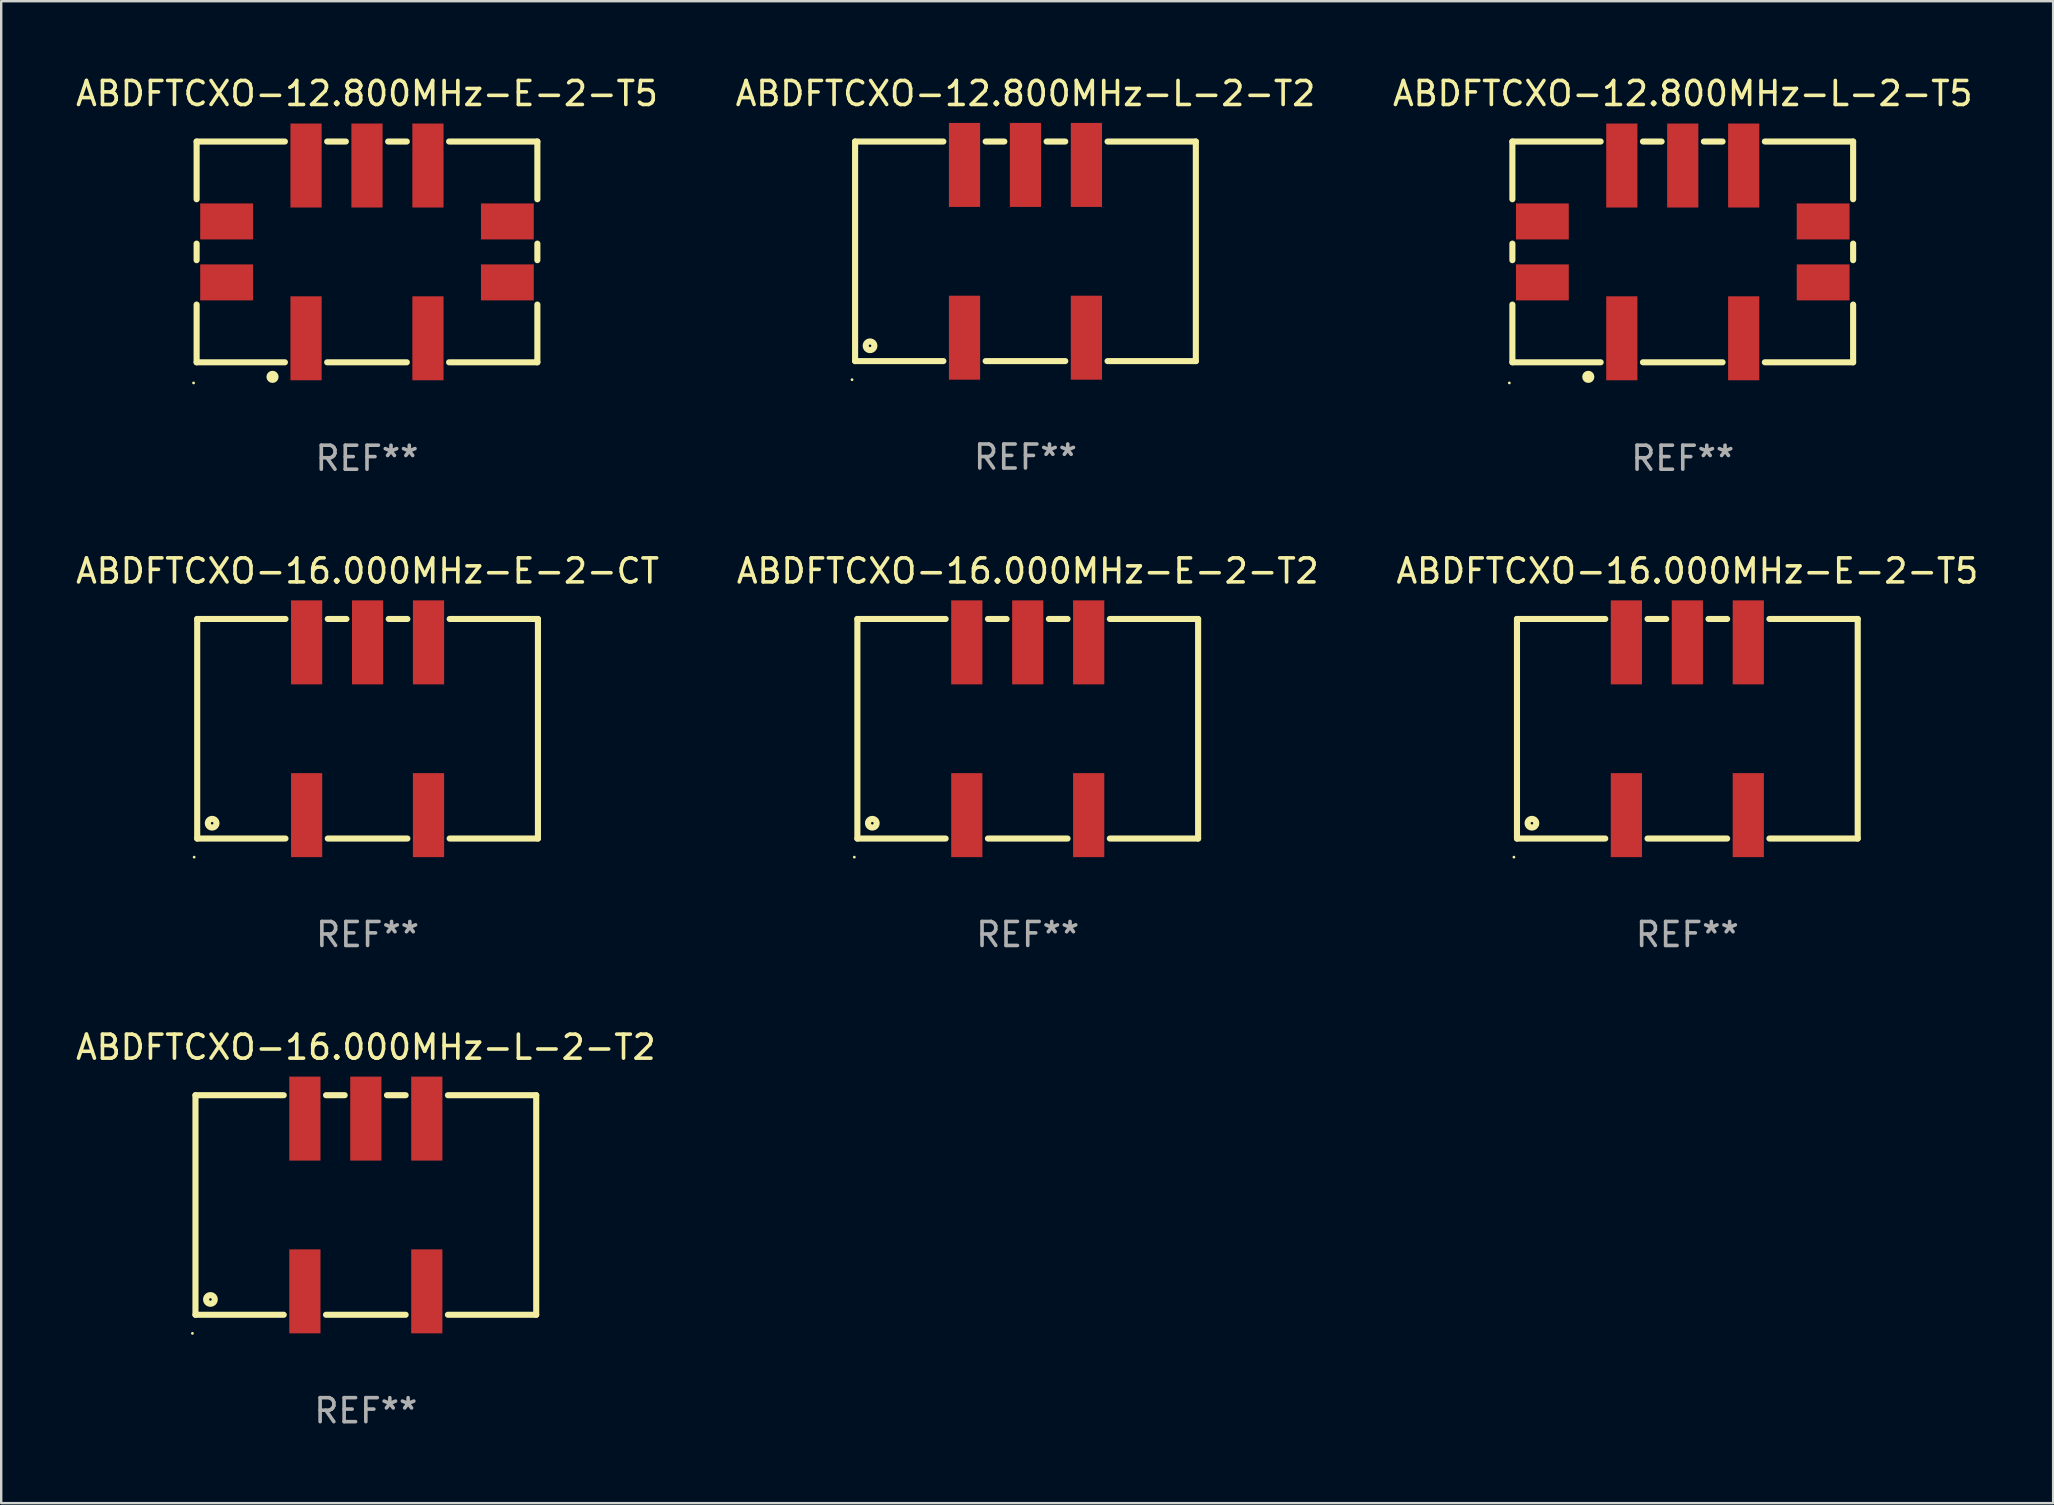
<source format=kicad_pcb>
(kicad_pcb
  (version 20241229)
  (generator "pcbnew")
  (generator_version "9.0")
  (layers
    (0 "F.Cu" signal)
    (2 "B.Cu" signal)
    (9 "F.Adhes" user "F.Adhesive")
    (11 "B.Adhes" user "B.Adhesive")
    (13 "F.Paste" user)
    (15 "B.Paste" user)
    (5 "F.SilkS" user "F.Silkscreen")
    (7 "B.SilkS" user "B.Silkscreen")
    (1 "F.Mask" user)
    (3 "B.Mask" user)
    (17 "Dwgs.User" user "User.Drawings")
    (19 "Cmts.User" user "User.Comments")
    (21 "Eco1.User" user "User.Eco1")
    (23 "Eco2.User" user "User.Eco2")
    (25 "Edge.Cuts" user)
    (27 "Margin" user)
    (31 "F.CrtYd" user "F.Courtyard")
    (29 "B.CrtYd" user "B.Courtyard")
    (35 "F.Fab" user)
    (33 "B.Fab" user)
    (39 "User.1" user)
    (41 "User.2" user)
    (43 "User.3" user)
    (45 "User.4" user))
  (footprint "ABDFTCXO-12.800MHz-E-2-T5"
    (layer "F.Cu")
    (at 12.244 7.448)
    (property "Reference" "ABDFTCXO-12.800MHz-E-2-T5" (at 0 -6.6 0) (layer "F.SilkS") (effects (font (size 1 1) (thickness 0.15))))
    (attr through_hole)
    (fp_line (start -7.1 -4.6) (end -7.1 -2.195) (stroke (width 0.254) (type solid)) (layer "F.SilkS"))
    (fp_line (start -7.1 -4.6) (end -3.421 -4.6) (stroke (width 0.254) (type solid)) (layer "F.SilkS"))
    (fp_line (start -7.1 -0.345) (end -7.1 0.345) (stroke (width 0.254) (type solid)) (layer "F.SilkS"))
    (fp_line (start -7.1 2.195) (end -7.1 4.6) (stroke (width 0.254) (type solid)) (layer "F.SilkS"))
    (fp_line (start -7.1 4.6) (end -3.421 4.6) (stroke (width 0.254) (type solid)) (layer "F.SilkS"))
    (fp_line (start -1.659 -4.6) (end -0.881 -4.6) (stroke (width 0.254) (type solid)) (layer "F.SilkS"))
    (fp_line (start -1.659 4.6) (end 1.659 4.6) (stroke (width 0.254) (type solid)) (layer "F.SilkS"))
    (fp_line (start 0.881 -4.6) (end 1.659 -4.6) (stroke (width 0.254) (type solid)) (layer "F.SilkS"))
    (fp_line (start 3.421 -4.6) (end 7.1 -4.6) (stroke (width 0.254) (type solid)) (layer "F.SilkS"))
    (fp_line (start 3.421 4.6) (end 7.1 4.6) (stroke (width 0.254) (type solid)) (layer "F.SilkS"))
    (fp_line (start 7.1 -4.6) (end 7.1 -2.195) (stroke (width 0.254) (type solid)) (layer "F.SilkS"))
    (fp_line (start 7.1 -0.345) (end 7.1 0.345) (stroke (width 0.254) (type solid)) (layer "F.SilkS"))
    (fp_line (start 7.1 2.195) (end 7.1 4.6) (stroke (width 0.254) (type solid)) (layer "F.SilkS"))
    (fp_circle (center -7.227 5.461) (end -7.197 5.461) (stroke (width 0.06) (type solid)) (fill no) (layer "F.SilkS"))
    (fp_circle (center -3.937 5.207) (end -3.81 5.207) (stroke (width 0.254) (type solid)) (fill no) (layer "F.SilkS"))
    (fp_text user "REF**" (at 0 8.6 0) (layer "F.Fab") (effects (font (size 1 1) (thickness 0.15))))
    (pad "1" smd rect (at -2.54 3.6) (size 1.3 3.5) (layers "F.Cu" "F.Mask" "F.Paste"))
    (pad "2" smd rect (at 2.54 3.6) (size 1.3 3.5) (layers "F.Cu" "F.Mask" "F.Paste"))
    (pad "3" smd rect (at 2.54 -3.6) (size 1.3 3.5) (layers "F.Cu" "F.Mask" "F.Paste"))
    (pad "4" smd rect (at 0 -3.6) (size 1.3 3.5) (layers "F.Cu" "F.Mask" "F.Paste"))
    (pad "5" smd rect (at -2.54 -3.6) (size 1.3 3.5) (layers "F.Cu" "F.Mask" "F.Paste"))
    (pad "6" smd rect (at 5.85 1.27 90) (size 1.5 2.2) (layers "F.Cu" "F.Mask" "F.Paste"))
    (pad "7" smd rect (at 5.85 -1.27 90) (size 1.5 2.2) (layers "F.Cu" "F.Mask" "F.Paste"))
    (pad "8" smd rect (at -5.85 -1.27 90) (size 1.5 2.2) (layers "F.Cu" "F.Mask" "F.Paste"))
    (pad "9" smd rect (at -5.85 1.27 90) (size 1.5 2.2) (layers "F.Cu" "F.Mask" "F.Paste")))
  (footprint "ABDFTCXO-16.000MHz-E-2-T5"
    (layer "F.Cu")
    (at 67.268 27.32)
    (property "Reference" "ABDFTCXO-16.000MHz-E-2-T5" (at 0 -6.575 0) (layer "F.SilkS") (effects (font (size 1 1) (thickness 0.15))))
    (attr through_hole)
    (fp_line (start -7.1 -4.575) (end -7.1 4.575) (stroke (width 0.254) (type solid)) (layer "F.SilkS"))
    (fp_line (start -7.1 -4.575) (end -3.421 -4.575) (stroke (width 0.254) (type solid)) (layer "F.SilkS"))
    (fp_line (start -7.1 4.575) (end -3.421 4.575) (stroke (width 0.254) (type solid)) (layer "F.SilkS"))
    (fp_line (start -1.659 -4.575) (end -0.881 -4.575) (stroke (width 0.254) (type solid)) (layer "F.SilkS"))
    (fp_line (start -1.659 4.575) (end 1.659 4.575) (stroke (width 0.254) (type solid)) (layer "F.SilkS"))
    (fp_line (start 0.881 -4.575) (end 1.659 -4.575) (stroke (width 0.254) (type solid)) (layer "F.SilkS"))
    (fp_line (start 3.421 -4.575) (end 7.1 -4.575) (stroke (width 0.254) (type solid)) (layer "F.SilkS"))
    (fp_line (start 3.421 4.575) (end 7.1 4.575) (stroke (width 0.254) (type solid)) (layer "F.SilkS"))
    (fp_line (start 7.1 -4.575) (end 7.1 4.575) (stroke (width 0.254) (type solid)) (layer "F.SilkS"))
    (fp_circle (center -7.227 5.35) (end -7.197 5.35) (stroke (width 0.06) (type solid)) (fill no) (layer "F.SilkS"))
    (fp_circle (center -6.477 3.937) (end -6.297 3.937) (stroke (width 0.254) (type solid)) (fill no) (layer "F.SilkS"))
    (fp_text user "REF**" (at 0 8.575 0) (layer "F.Fab") (effects (font (size 1 1) (thickness 0.15))))
    (pad "1" smd rect (at -2.54 3.6) (size 1.3 3.5) (layers "F.Cu" "F.Mask" "F.Paste"))
    (pad "2" smd rect (at 2.54 3.6) (size 1.3 3.5) (layers "F.Cu" "F.Mask" "F.Paste"))
    (pad "3" smd rect (at 2.54 -3.6) (size 1.3 3.5) (layers "F.Cu" "F.Mask" "F.Paste"))
    (pad "4" smd rect (at 0 -3.6) (size 1.3 3.5) (layers "F.Cu" "F.Mask" "F.Paste"))
    (pad "5" smd rect (at -2.54 -3.6) (size 1.3 3.5) (layers "F.Cu" "F.Mask" "F.Paste")))
  (footprint "ABDFTCXO-16.000MHz-L-2-T2"
    (layer "F.Cu")
    (at 12.196 47.166)
    (property "Reference" "ABDFTCXO-16.000MHz-L-2-T2" (at 0 -6.575 0) (layer "F.SilkS") (effects (font (size 1 1) (thickness 0.15))))
    (attr through_hole)
    (fp_line (start -7.1 -4.575) (end -7.1 4.575) (stroke (width 0.254) (type solid)) (layer "F.SilkS"))
    (fp_line (start -7.1 -4.575) (end -3.421 -4.575) (stroke (width 0.254) (type solid)) (layer "F.SilkS"))
    (fp_line (start -7.1 4.575) (end -3.421 4.575) (stroke (width 0.254) (type solid)) (layer "F.SilkS"))
    (fp_line (start -1.659 -4.575) (end -0.881 -4.575) (stroke (width 0.254) (type solid)) (layer "F.SilkS"))
    (fp_line (start -1.659 4.575) (end 1.659 4.575) (stroke (width 0.254) (type solid)) (layer "F.SilkS"))
    (fp_line (start 0.881 -4.575) (end 1.659 -4.575) (stroke (width 0.254) (type solid)) (layer "F.SilkS"))
    (fp_line (start 3.421 -4.575) (end 7.1 -4.575) (stroke (width 0.254) (type solid)) (layer "F.SilkS"))
    (fp_line (start 3.421 4.575) (end 7.1 4.575) (stroke (width 0.254) (type solid)) (layer "F.SilkS"))
    (fp_line (start 7.1 -4.575) (end 7.1 4.575) (stroke (width 0.254) (type solid)) (layer "F.SilkS"))
    (fp_circle (center -7.227 5.35) (end -7.197 5.35) (stroke (width 0.06) (type solid)) (fill no) (layer "F.SilkS"))
    (fp_circle (center -6.477 3.937) (end -6.297 3.937) (stroke (width 0.254) (type solid)) (fill no) (layer "F.SilkS"))
    (fp_text user "REF**" (at 0 8.575 0) (layer "F.Fab") (effects (font (size 1 1) (thickness 0.15))))
    (pad "1" smd rect (at -2.54 3.6) (size 1.3 3.5) (layers "F.Cu" "F.Mask" "F.Paste"))
    (pad "2" smd rect (at 2.54 3.6) (size 1.3 3.5) (layers "F.Cu" "F.Mask" "F.Paste"))
    (pad "3" smd rect (at 2.54 -3.6) (size 1.3 3.5) (layers "F.Cu" "F.Mask" "F.Paste"))
    (pad "4" smd rect (at 0 -3.6) (size 1.3 3.5) (layers "F.Cu" "F.Mask" "F.Paste"))
    (pad "5" smd rect (at -2.54 -3.6) (size 1.3 3.5) (layers "F.Cu" "F.Mask" "F.Paste")))
  (footprint "ABDFTCXO-16.000MHz-E-2-CT"
    (layer "F.Cu")
    (at 12.268 27.32)
    (property "Reference" "ABDFTCXO-16.000MHz-E-2-CT" (at 0 -6.575 0) (layer "F.SilkS") (effects (font (size 1 1) (thickness 0.15))))
    (attr through_hole)
    (fp_line (start -7.1 -4.575) (end -7.1 4.575) (stroke (width 0.254) (type solid)) (layer "F.SilkS"))
    (fp_line (start -7.1 -4.575) (end -3.421 -4.575) (stroke (width 0.254) (type solid)) (layer "F.SilkS"))
    (fp_line (start -7.1 4.575) (end -3.421 4.575) (stroke (width 0.254) (type solid)) (layer "F.SilkS"))
    (fp_line (start -1.659 -4.575) (end -0.881 -4.575) (stroke (width 0.254) (type solid)) (layer "F.SilkS"))
    (fp_line (start -1.659 4.575) (end 1.659 4.575) (stroke (width 0.254) (type solid)) (layer "F.SilkS"))
    (fp_line (start 0.881 -4.575) (end 1.659 -4.575) (stroke (width 0.254) (type solid)) (layer "F.SilkS"))
    (fp_line (start 3.421 -4.575) (end 7.1 -4.575) (stroke (width 0.254) (type solid)) (layer "F.SilkS"))
    (fp_line (start 3.421 4.575) (end 7.1 4.575) (stroke (width 0.254) (type solid)) (layer "F.SilkS"))
    (fp_line (start 7.1 -4.575) (end 7.1 4.575) (stroke (width 0.254) (type solid)) (layer "F.SilkS"))
    (fp_circle (center -7.227 5.35) (end -7.197 5.35) (stroke (width 0.06) (type solid)) (fill no) (layer "F.SilkS"))
    (fp_circle (center -6.477 3.937) (end -6.297 3.937) (stroke (width 0.254) (type solid)) (fill no) (layer "F.SilkS"))
    (fp_text user "REF**" (at 0 8.575 0) (layer "F.Fab") (effects (font (size 1 1) (thickness 0.15))))
    (pad "1" smd rect (at -2.54 3.6) (size 1.3 3.5) (layers "F.Cu" "F.Mask" "F.Paste"))
    (pad "2" smd rect (at 2.54 3.6) (size 1.3 3.5) (layers "F.Cu" "F.Mask" "F.Paste"))
    (pad "3" smd rect (at 2.54 -3.6) (size 1.3 3.5) (layers "F.Cu" "F.Mask" "F.Paste"))
    (pad "4" smd rect (at 0 -3.6) (size 1.3 3.5) (layers "F.Cu" "F.Mask" "F.Paste"))
    (pad "5" smd rect (at -2.54 -3.6) (size 1.3 3.5) (layers "F.Cu" "F.Mask" "F.Paste")))
  (footprint "ABDFTCXO-12.800MHz-L-2-T2"
    (layer "F.Cu")
    (at 39.685 7.423)
    (property "Reference" "ABDFTCXO-12.800MHz-L-2-T2" (at 0 -6.575 0) (layer "F.SilkS") (effects (font (size 1 1) (thickness 0.15))))
    (attr through_hole)
    (fp_line (start -7.1 -4.575) (end -7.1 4.575) (stroke (width 0.254) (type solid)) (layer "F.SilkS"))
    (fp_line (start -7.1 -4.575) (end -3.421 -4.575) (stroke (width 0.254) (type solid)) (layer "F.SilkS"))
    (fp_line (start -7.1 4.575) (end -3.421 4.575) (stroke (width 0.254) (type solid)) (layer "F.SilkS"))
    (fp_line (start -1.659 -4.575) (end -0.881 -4.575) (stroke (width 0.254) (type solid)) (layer "F.SilkS"))
    (fp_line (start -1.659 4.575) (end 1.659 4.575) (stroke (width 0.254) (type solid)) (layer "F.SilkS"))
    (fp_line (start 0.881 -4.575) (end 1.659 -4.575) (stroke (width 0.254) (type solid)) (layer "F.SilkS"))
    (fp_line (start 3.421 -4.575) (end 7.1 -4.575) (stroke (width 0.254) (type solid)) (layer "F.SilkS"))
    (fp_line (start 3.421 4.575) (end 7.1 4.575) (stroke (width 0.254) (type solid)) (layer "F.SilkS"))
    (fp_line (start 7.1 -4.575) (end 7.1 4.575) (stroke (width 0.254) (type solid)) (layer "F.SilkS"))
    (fp_circle (center -7.227 5.35) (end -7.197 5.35) (stroke (width 0.06) (type solid)) (fill no) (layer "F.SilkS"))
    (fp_circle (center -6.477 3.937) (end -6.297 3.937) (stroke (width 0.254) (type solid)) (fill no) (layer "F.SilkS"))
    (fp_text user "REF**" (at 0 8.575 0) (layer "F.Fab") (effects (font (size 1 1) (thickness 0.15))))
    (pad "1" smd rect (at -2.54 3.6) (size 1.3 3.5) (layers "F.Cu" "F.Mask" "F.Paste"))
    (pad "2" smd rect (at 2.54 3.6) (size 1.3 3.5) (layers "F.Cu" "F.Mask" "F.Paste"))
    (pad "3" smd rect (at 2.54 -3.6) (size 1.3 3.5) (layers "F.Cu" "F.Mask" "F.Paste"))
    (pad "4" smd rect (at 0 -3.6) (size 1.3 3.5) (layers "F.Cu" "F.Mask" "F.Paste"))
    (pad "5" smd rect (at -2.54 -3.6) (size 1.3 3.5) (layers "F.Cu" "F.Mask" "F.Paste")))
  (footprint "ABDFTCXO-12.800MHz-L-2-T5"
    (layer "F.Cu")
    (at 67.077 7.448)
    (property "Reference" "ABDFTCXO-12.800MHz-L-2-T5" (at 0 -6.6 0) (layer "F.SilkS") (effects (font (size 1 1) (thickness 0.15))))
    (attr through_hole)
    (fp_line (start -7.1 -4.6) (end -7.1 -2.195) (stroke (width 0.254) (type solid)) (layer "F.SilkS"))
    (fp_line (start -7.1 -4.6) (end -3.421 -4.6) (stroke (width 0.254) (type solid)) (layer "F.SilkS"))
    (fp_line (start -7.1 -0.345) (end -7.1 0.345) (stroke (width 0.254) (type solid)) (layer "F.SilkS"))
    (fp_line (start -7.1 2.195) (end -7.1 4.6) (stroke (width 0.254) (type solid)) (layer "F.SilkS"))
    (fp_line (start -7.1 4.6) (end -3.421 4.6) (stroke (width 0.254) (type solid)) (layer "F.SilkS"))
    (fp_line (start -1.659 -4.6) (end -0.881 -4.6) (stroke (width 0.254) (type solid)) (layer "F.SilkS"))
    (fp_line (start -1.659 4.6) (end 1.659 4.6) (stroke (width 0.254) (type solid)) (layer "F.SilkS"))
    (fp_line (start 0.881 -4.6) (end 1.659 -4.6) (stroke (width 0.254) (type solid)) (layer "F.SilkS"))
    (fp_line (start 3.421 -4.6) (end 7.1 -4.6) (stroke (width 0.254) (type solid)) (layer "F.SilkS"))
    (fp_line (start 3.421 4.6) (end 7.1 4.6) (stroke (width 0.254) (type solid)) (layer "F.SilkS"))
    (fp_line (start 7.1 -4.6) (end 7.1 -2.195) (stroke (width 0.254) (type solid)) (layer "F.SilkS"))
    (fp_line (start 7.1 -0.345) (end 7.1 0.345) (stroke (width 0.254) (type solid)) (layer "F.SilkS"))
    (fp_line (start 7.1 2.195) (end 7.1 4.6) (stroke (width 0.254) (type solid)) (layer "F.SilkS"))
    (fp_circle (center -7.227 5.461) (end -7.197 5.461) (stroke (width 0.06) (type solid)) (fill no) (layer "F.SilkS"))
    (fp_circle (center -3.937 5.207) (end -3.81 5.207) (stroke (width 0.254) (type solid)) (fill no) (layer "F.SilkS"))
    (fp_text user "REF**" (at 0 8.6 0) (layer "F.Fab") (effects (font (size 1 1) (thickness 0.15))))
    (pad "1" smd rect (at -2.54 3.6) (size 1.3 3.5) (layers "F.Cu" "F.Mask" "F.Paste"))
    (pad "2" smd rect (at 2.54 3.6) (size 1.3 3.5) (layers "F.Cu" "F.Mask" "F.Paste"))
    (pad "3" smd rect (at 2.54 -3.6) (size 1.3 3.5) (layers "F.Cu" "F.Mask" "F.Paste"))
    (pad "4" smd rect (at 0 -3.6) (size 1.3 3.5) (layers "F.Cu" "F.Mask" "F.Paste"))
    (pad "5" smd rect (at -2.54 -3.6) (size 1.3 3.5) (layers "F.Cu" "F.Mask" "F.Paste"))
    (pad "6" smd rect (at 5.85 1.27 90) (size 1.5 2.2) (layers "F.Cu" "F.Mask" "F.Paste"))
    (pad "7" smd rect (at 5.85 -1.27 90) (size 1.5 2.2) (layers "F.Cu" "F.Mask" "F.Paste"))
    (pad "8" smd rect (at -5.85 -1.27 90) (size 1.5 2.2) (layers "F.Cu" "F.Mask" "F.Paste"))
    (pad "9" smd rect (at -5.85 1.27 90) (size 1.5 2.2) (layers "F.Cu" "F.Mask" "F.Paste")))
  (footprint "ABDFTCXO-16.000MHz-E-2-T2"
    (layer "F.Cu")
    (at 39.78 27.32)
    (property "Reference" "ABDFTCXO-16.000MHz-E-2-T2" (at 0 -6.575 0) (layer "F.SilkS") (effects (font (size 1 1) (thickness 0.15))))
    (attr through_hole)
    (fp_line (start -7.1 -4.575) (end -7.1 4.575) (stroke (width 0.254) (type solid)) (layer "F.SilkS"))
    (fp_line (start -7.1 -4.575) (end -3.421 -4.575) (stroke (width 0.254) (type solid)) (layer "F.SilkS"))
    (fp_line (start -7.1 4.575) (end -3.421 4.575) (stroke (width 0.254) (type solid)) (layer "F.SilkS"))
    (fp_line (start -1.659 -4.575) (end -0.881 -4.575) (stroke (width 0.254) (type solid)) (layer "F.SilkS"))
    (fp_line (start -1.659 4.575) (end 1.659 4.575) (stroke (width 0.254) (type solid)) (layer "F.SilkS"))
    (fp_line (start 0.881 -4.575) (end 1.659 -4.575) (stroke (width 0.254) (type solid)) (layer "F.SilkS"))
    (fp_line (start 3.421 -4.575) (end 7.1 -4.575) (stroke (width 0.254) (type solid)) (layer "F.SilkS"))
    (fp_line (start 3.421 4.575) (end 7.1 4.575) (stroke (width 0.254) (type solid)) (layer "F.SilkS"))
    (fp_line (start 7.1 -4.575) (end 7.1 4.575) (stroke (width 0.254) (type solid)) (layer "F.SilkS"))
    (fp_circle (center -7.227 5.35) (end -7.197 5.35) (stroke (width 0.06) (type solid)) (fill no) (layer "F.SilkS"))
    (fp_circle (center -6.477 3.937) (end -6.297 3.937) (stroke (width 0.254) (type solid)) (fill no) (layer "F.SilkS"))
    (fp_text user "REF**" (at 0 8.575 0) (layer "F.Fab") (effects (font (size 1 1) (thickness 0.15))))
    (pad "1" smd rect (at -2.54 3.6) (size 1.3 3.5) (layers "F.Cu" "F.Mask" "F.Paste"))
    (pad "2" smd rect (at 2.54 3.6) (size 1.3 3.5) (layers "F.Cu" "F.Mask" "F.Paste"))
    (pad "3" smd rect (at 2.54 -3.6) (size 1.3 3.5) (layers "F.Cu" "F.Mask" "F.Paste"))
    (pad "4" smd rect (at 0 -3.6) (size 1.3 3.5) (layers "F.Cu" "F.Mask" "F.Paste"))
    (pad "5" smd rect (at -2.54 -3.6) (size 1.3 3.5) (layers "F.Cu" "F.Mask" "F.Paste")))
  (gr_rect
    (start -3 -3)
    (end 82.512 59.59)
    (stroke (width 0.1) (type default))
    (fill no)
    (layer "Edge.Cuts")))
</source>
